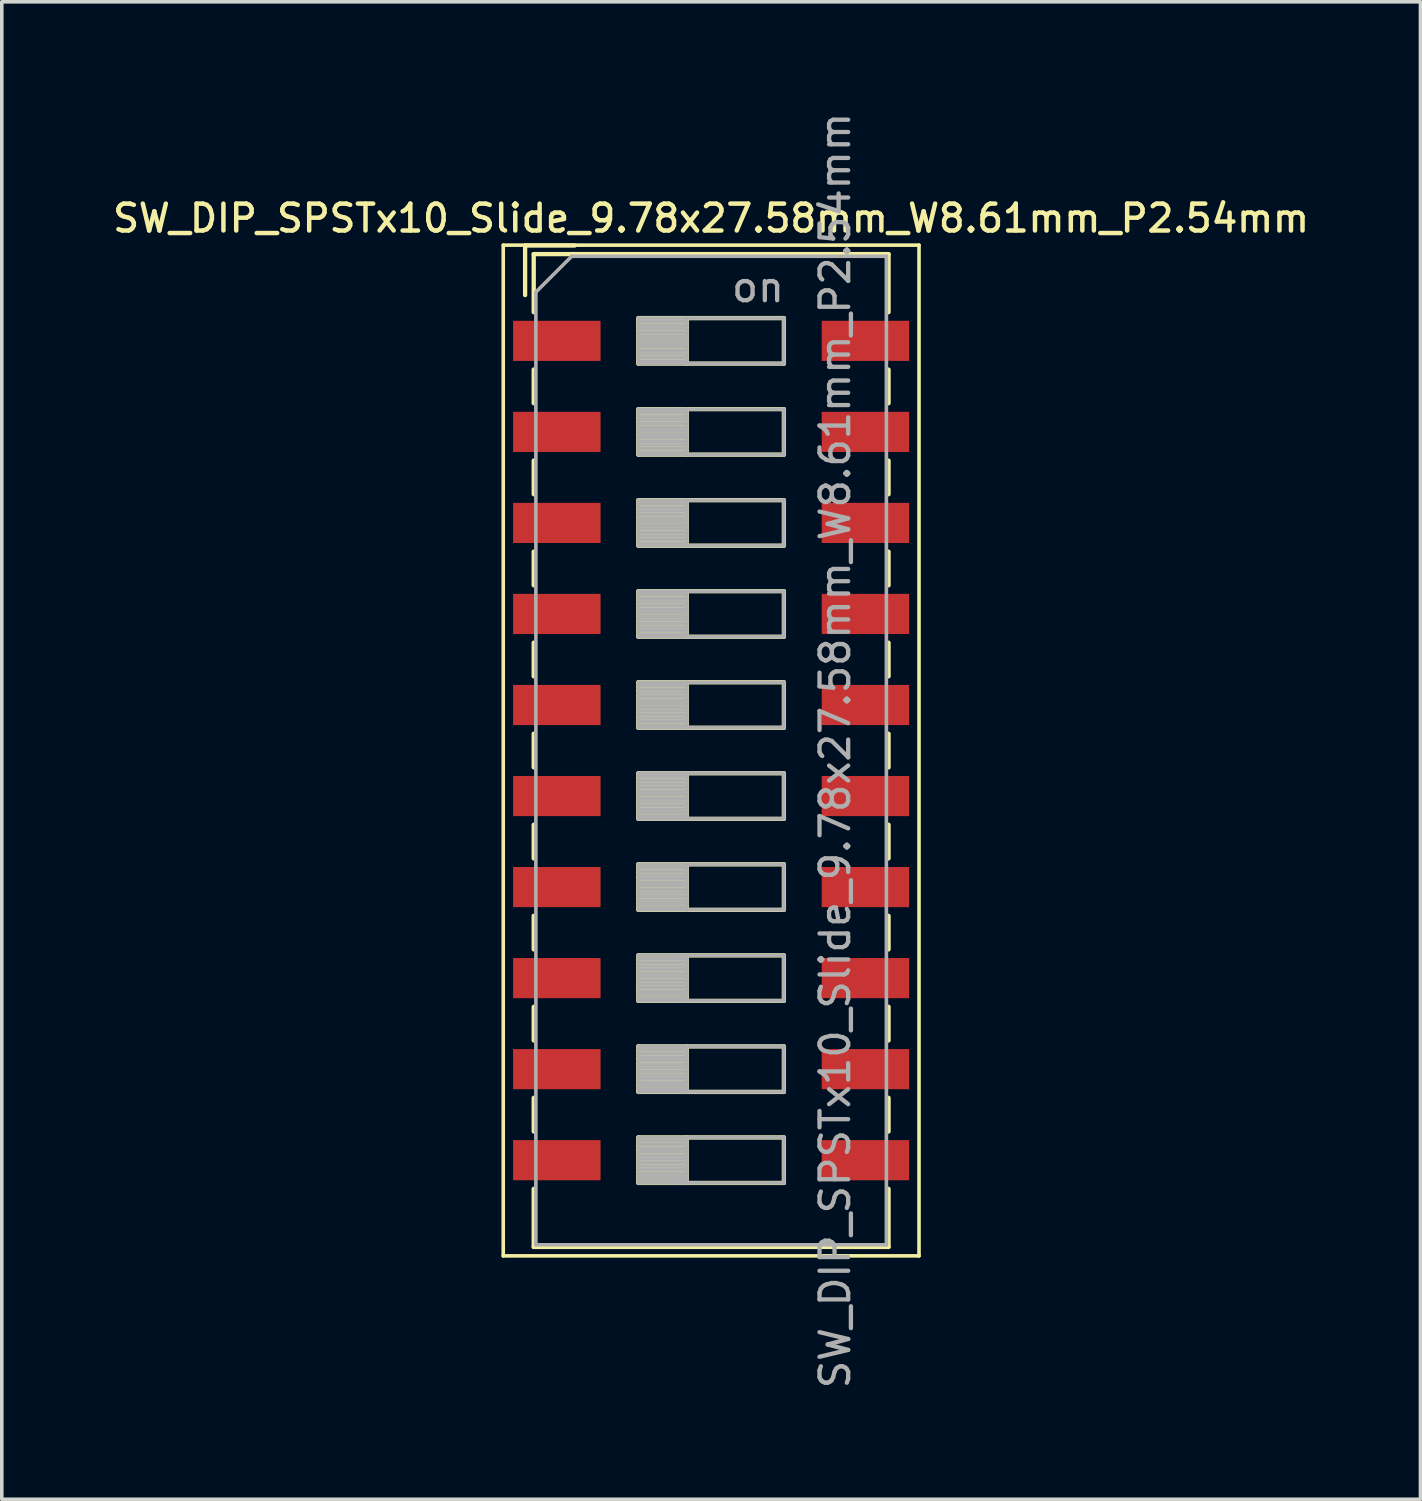
<source format=kicad_pcb>
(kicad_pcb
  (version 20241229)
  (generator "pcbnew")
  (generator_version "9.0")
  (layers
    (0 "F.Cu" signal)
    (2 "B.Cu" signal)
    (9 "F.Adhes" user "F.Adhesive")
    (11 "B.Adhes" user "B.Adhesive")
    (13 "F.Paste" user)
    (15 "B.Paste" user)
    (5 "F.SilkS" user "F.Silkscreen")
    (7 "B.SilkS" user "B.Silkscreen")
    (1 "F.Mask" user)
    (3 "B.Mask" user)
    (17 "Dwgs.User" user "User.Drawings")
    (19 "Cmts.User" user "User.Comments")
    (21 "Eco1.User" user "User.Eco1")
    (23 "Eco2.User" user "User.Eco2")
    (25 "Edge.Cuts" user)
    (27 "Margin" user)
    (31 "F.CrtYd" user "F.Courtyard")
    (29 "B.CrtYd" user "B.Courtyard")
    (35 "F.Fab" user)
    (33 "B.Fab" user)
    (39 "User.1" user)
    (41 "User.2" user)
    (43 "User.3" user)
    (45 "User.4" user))
  (footprint "SW_DIP_SPSTx10_Slide_9.78x27.58mm_W8.61mm_P2.54mm"
    (layer "F.Cu")
    (at 16.791 17.89)
    (property "Reference" "SW_DIP_SPSTx10_Slide_9.78x27.58mm_W8.61mm_P2.54mm" (at 0 -14.85 0) (layer "F.SilkS") (effects (font (size 0.75 0.75) (thickness 0.125))))
    (attr smd)
    (fp_line (start -5.8 -14.1) (end -5.8 14.1) (stroke (width 0.1) (type solid)) (layer "F.SilkS"))
    (fp_line (start -5.8 14.1) (end 5.8 14.1) (stroke (width 0.1) (type solid)) (layer "F.SilkS"))
    (fp_line (start -5.19 -14.09) (end -5.19 -12.707) (stroke (width 0.12) (type solid)) (layer "F.SilkS"))
    (fp_line (start -5.19 -14.09) (end -3.806 -14.09) (stroke (width 0.12) (type solid)) (layer "F.SilkS"))
    (fp_line (start -4.95 -13.85) (end -4.95 -12.23) (stroke (width 0.12) (type solid)) (layer "F.SilkS"))
    (fp_line (start -4.95 -13.85) (end 4.95 -13.85) (stroke (width 0.12) (type solid)) (layer "F.SilkS"))
    (fp_line (start -4.95 -10.63) (end -4.95 -9.69) (stroke (width 0.12) (type solid)) (layer "F.SilkS"))
    (fp_line (start -4.95 -8.09) (end -4.95 -7.15) (stroke (width 0.12) (type solid)) (layer "F.SilkS"))
    (fp_line (start -4.95 -5.55) (end -4.95 -4.61) (stroke (width 0.12) (type solid)) (layer "F.SilkS"))
    (fp_line (start -4.95 -3.01) (end -4.95 -2.07) (stroke (width 0.12) (type solid)) (layer "F.SilkS"))
    (fp_line (start -4.95 -0.47) (end -4.95 0.47) (stroke (width 0.12) (type solid)) (layer "F.SilkS"))
    (fp_line (start -4.95 2.07) (end -4.95 3.01) (stroke (width 0.12) (type solid)) (layer "F.SilkS"))
    (fp_line (start -4.95 4.61) (end -4.95 5.55) (stroke (width 0.12) (type solid)) (layer "F.SilkS"))
    (fp_line (start -4.95 7.15) (end -4.95 8.09) (stroke (width 0.12) (type solid)) (layer "F.SilkS"))
    (fp_line (start -4.95 9.69) (end -4.95 10.63) (stroke (width 0.12) (type solid)) (layer "F.SilkS"))
    (fp_line (start -4.95 12.23) (end -4.95 13.85) (stroke (width 0.12) (type solid)) (layer "F.SilkS"))
    (fp_line (start -4.95 13.85) (end 4.95 13.85) (stroke (width 0.12) (type solid)) (layer "F.SilkS"))
    (fp_line (start -2.03 -12.065) (end -2.03 -10.795) (stroke (width 0.12) (type solid)) (layer "F.SilkS"))
    (fp_line (start -2.03 -11.945) (end -0.677 -11.945) (stroke (width 0.12) (type solid)) (layer "F.SilkS"))
    (fp_line (start -2.03 -11.825) (end -0.677 -11.825) (stroke (width 0.12) (type solid)) (layer "F.SilkS"))
    (fp_line (start -2.03 -11.705) (end -0.677 -11.705) (stroke (width 0.12) (type solid)) (layer "F.SilkS"))
    (fp_line (start -2.03 -11.585) (end -0.677 -11.585) (stroke (width 0.12) (type solid)) (layer "F.SilkS"))
    (fp_line (start -2.03 -11.465) (end -0.677 -11.465) (stroke (width 0.12) (type solid)) (layer "F.SilkS"))
    (fp_line (start -2.03 -11.345) (end -0.677 -11.345) (stroke (width 0.12) (type solid)) (layer "F.SilkS"))
    (fp_line (start -2.03 -11.225) (end -0.677 -11.225) (stroke (width 0.12) (type solid)) (layer "F.SilkS"))
    (fp_line (start -2.03 -11.105) (end -0.677 -11.105) (stroke (width 0.12) (type solid)) (layer "F.SilkS"))
    (fp_line (start -2.03 -10.985) (end -0.677 -10.985) (stroke (width 0.12) (type solid)) (layer "F.SilkS"))
    (fp_line (start -2.03 -10.865) (end -0.677 -10.865) (stroke (width 0.12) (type solid)) (layer "F.SilkS"))
    (fp_line (start -2.03 -10.795) (end 2.03 -10.795) (stroke (width 0.12) (type solid)) (layer "F.SilkS"))
    (fp_line (start -2.03 -9.525) (end -2.03 -8.255) (stroke (width 0.12) (type solid)) (layer "F.SilkS"))
    (fp_line (start -2.03 -9.405) (end -0.677 -9.405) (stroke (width 0.12) (type solid)) (layer "F.SilkS"))
    (fp_line (start -2.03 -9.285) (end -0.677 -9.285) (stroke (width 0.12) (type solid)) (layer "F.SilkS"))
    (fp_line (start -2.03 -9.165) (end -0.677 -9.165) (stroke (width 0.12) (type solid)) (layer "F.SilkS"))
    (fp_line (start -2.03 -9.045) (end -0.677 -9.045) (stroke (width 0.12) (type solid)) (layer "F.SilkS"))
    (fp_line (start -2.03 -8.925) (end -0.677 -8.925) (stroke (width 0.12) (type solid)) (layer "F.SilkS"))
    (fp_line (start -2.03 -8.805) (end -0.677 -8.805) (stroke (width 0.12) (type solid)) (layer "F.SilkS"))
    (fp_line (start -2.03 -8.685) (end -0.677 -8.685) (stroke (width 0.12) (type solid)) (layer "F.SilkS"))
    (fp_line (start -2.03 -8.565) (end -0.677 -8.565) (stroke (width 0.12) (type solid)) (layer "F.SilkS"))
    (fp_line (start -2.03 -8.445) (end -0.677 -8.445) (stroke (width 0.12) (type solid)) (layer "F.SilkS"))
    (fp_line (start -2.03 -8.325) (end -0.677 -8.325) (stroke (width 0.12) (type solid)) (layer "F.SilkS"))
    (fp_line (start -2.03 -8.255) (end 2.03 -8.255) (stroke (width 0.12) (type solid)) (layer "F.SilkS"))
    (fp_line (start -2.03 -6.985) (end -2.03 -5.715) (stroke (width 0.12) (type solid)) (layer "F.SilkS"))
    (fp_line (start -2.03 -6.865) (end -0.677 -6.865) (stroke (width 0.12) (type solid)) (layer "F.SilkS"))
    (fp_line (start -2.03 -6.745) (end -0.677 -6.745) (stroke (width 0.12) (type solid)) (layer "F.SilkS"))
    (fp_line (start -2.03 -6.625) (end -0.677 -6.625) (stroke (width 0.12) (type solid)) (layer "F.SilkS"))
    (fp_line (start -2.03 -6.505) (end -0.677 -6.505) (stroke (width 0.12) (type solid)) (layer "F.SilkS"))
    (fp_line (start -2.03 -6.385) (end -0.677 -6.385) (stroke (width 0.12) (type solid)) (layer "F.SilkS"))
    (fp_line (start -2.03 -6.265) (end -0.677 -6.265) (stroke (width 0.12) (type solid)) (layer "F.SilkS"))
    (fp_line (start -2.03 -6.145) (end -0.677 -6.145) (stroke (width 0.12) (type solid)) (layer "F.SilkS"))
    (fp_line (start -2.03 -6.025) (end -0.677 -6.025) (stroke (width 0.12) (type solid)) (layer "F.SilkS"))
    (fp_line (start -2.03 -5.905) (end -0.677 -5.905) (stroke (width 0.12) (type solid)) (layer "F.SilkS"))
    (fp_line (start -2.03 -5.785) (end -0.677 -5.785) (stroke (width 0.12) (type solid)) (layer "F.SilkS"))
    (fp_line (start -2.03 -5.715) (end 2.03 -5.715) (stroke (width 0.12) (type solid)) (layer "F.SilkS"))
    (fp_line (start -2.03 -4.445) (end -2.03 -3.175) (stroke (width 0.12) (type solid)) (layer "F.SilkS"))
    (fp_line (start -2.03 -4.325) (end -0.677 -4.325) (stroke (width 0.12) (type solid)) (layer "F.SilkS"))
    (fp_line (start -2.03 -4.205) (end -0.677 -4.205) (stroke (width 0.12) (type solid)) (layer "F.SilkS"))
    (fp_line (start -2.03 -4.085) (end -0.677 -4.085) (stroke (width 0.12) (type solid)) (layer "F.SilkS"))
    (fp_line (start -2.03 -3.965) (end -0.677 -3.965) (stroke (width 0.12) (type solid)) (layer "F.SilkS"))
    (fp_line (start -2.03 -3.845) (end -0.677 -3.845) (stroke (width 0.12) (type solid)) (layer "F.SilkS"))
    (fp_line (start -2.03 -3.725) (end -0.677 -3.725) (stroke (width 0.12) (type solid)) (layer "F.SilkS"))
    (fp_line (start -2.03 -3.605) (end -0.677 -3.605) (stroke (width 0.12) (type solid)) (layer "F.SilkS"))
    (fp_line (start -2.03 -3.485) (end -0.677 -3.485) (stroke (width 0.12) (type solid)) (layer "F.SilkS"))
    (fp_line (start -2.03 -3.365) (end -0.677 -3.365) (stroke (width 0.12) (type solid)) (layer "F.SilkS"))
    (fp_line (start -2.03 -3.245) (end -0.677 -3.245) (stroke (width 0.12) (type solid)) (layer "F.SilkS"))
    (fp_line (start -2.03 -3.175) (end 2.03 -3.175) (stroke (width 0.12) (type solid)) (layer "F.SilkS"))
    (fp_line (start -2.03 -1.905) (end -2.03 -0.635) (stroke (width 0.12) (type solid)) (layer "F.SilkS"))
    (fp_line (start -2.03 -1.785) (end -0.677 -1.785) (stroke (width 0.12) (type solid)) (layer "F.SilkS"))
    (fp_line (start -2.03 -1.665) (end -0.677 -1.665) (stroke (width 0.12) (type solid)) (layer "F.SilkS"))
    (fp_line (start -2.03 -1.545) (end -0.677 -1.545) (stroke (width 0.12) (type solid)) (layer "F.SilkS"))
    (fp_line (start -2.03 -1.425) (end -0.677 -1.425) (stroke (width 0.12) (type solid)) (layer "F.SilkS"))
    (fp_line (start -2.03 -1.305) (end -0.677 -1.305) (stroke (width 0.12) (type solid)) (layer "F.SilkS"))
    (fp_line (start -2.03 -1.185) (end -0.677 -1.185) (stroke (width 0.12) (type solid)) (layer "F.SilkS"))
    (fp_line (start -2.03 -1.065) (end -0.677 -1.065) (stroke (width 0.12) (type solid)) (layer "F.SilkS"))
    (fp_line (start -2.03 -0.945) (end -0.677 -0.945) (stroke (width 0.12) (type solid)) (layer "F.SilkS"))
    (fp_line (start -2.03 -0.825) (end -0.677 -0.825) (stroke (width 0.12) (type solid)) (layer "F.SilkS"))
    (fp_line (start -2.03 -0.705) (end -0.677 -0.705) (stroke (width 0.12) (type solid)) (layer "F.SilkS"))
    (fp_line (start -2.03 -0.635) (end 2.03 -0.635) (stroke (width 0.12) (type solid)) (layer "F.SilkS"))
    (fp_line (start -2.03 0.635) (end -2.03 1.905) (stroke (width 0.12) (type solid)) (layer "F.SilkS"))
    (fp_line (start -2.03 0.755) (end -0.677 0.755) (stroke (width 0.12) (type solid)) (layer "F.SilkS"))
    (fp_line (start -2.03 0.875) (end -0.677 0.875) (stroke (width 0.12) (type solid)) (layer "F.SilkS"))
    (fp_line (start -2.03 0.995) (end -0.677 0.995) (stroke (width 0.12) (type solid)) (layer "F.SilkS"))
    (fp_line (start -2.03 1.115) (end -0.677 1.115) (stroke (width 0.12) (type solid)) (layer "F.SilkS"))
    (fp_line (start -2.03 1.235) (end -0.677 1.235) (stroke (width 0.12) (type solid)) (layer "F.SilkS"))
    (fp_line (start -2.03 1.355) (end -0.677 1.355) (stroke (width 0.12) (type solid)) (layer "F.SilkS"))
    (fp_line (start -2.03 1.475) (end -0.677 1.475) (stroke (width 0.12) (type solid)) (layer "F.SilkS"))
    (fp_line (start -2.03 1.595) (end -0.677 1.595) (stroke (width 0.12) (type solid)) (layer "F.SilkS"))
    (fp_line (start -2.03 1.715) (end -0.677 1.715) (stroke (width 0.12) (type solid)) (layer "F.SilkS"))
    (fp_line (start -2.03 1.835) (end -0.677 1.835) (stroke (width 0.12) (type solid)) (layer "F.SilkS"))
    (fp_line (start -2.03 1.905) (end 2.03 1.905) (stroke (width 0.12) (type solid)) (layer "F.SilkS"))
    (fp_line (start -2.03 3.175) (end -2.03 4.445) (stroke (width 0.12) (type solid)) (layer "F.SilkS"))
    (fp_line (start -2.03 3.295) (end -0.677 3.295) (stroke (width 0.12) (type solid)) (layer "F.SilkS"))
    (fp_line (start -2.03 3.415) (end -0.677 3.415) (stroke (width 0.12) (type solid)) (layer "F.SilkS"))
    (fp_line (start -2.03 3.535) (end -0.677 3.535) (stroke (width 0.12) (type solid)) (layer "F.SilkS"))
    (fp_line (start -2.03 3.655) (end -0.677 3.655) (stroke (width 0.12) (type solid)) (layer "F.SilkS"))
    (fp_line (start -2.03 3.775) (end -0.677 3.775) (stroke (width 0.12) (type solid)) (layer "F.SilkS"))
    (fp_line (start -2.03 3.895) (end -0.677 3.895) (stroke (width 0.12) (type solid)) (layer "F.SilkS"))
    (fp_line (start -2.03 4.015) (end -0.677 4.015) (stroke (width 0.12) (type solid)) (layer "F.SilkS"))
    (fp_line (start -2.03 4.135) (end -0.677 4.135) (stroke (width 0.12) (type solid)) (layer "F.SilkS"))
    (fp_line (start -2.03 4.255) (end -0.677 4.255) (stroke (width 0.12) (type solid)) (layer "F.SilkS"))
    (fp_line (start -2.03 4.375) (end -0.677 4.375) (stroke (width 0.12) (type solid)) (layer "F.SilkS"))
    (fp_line (start -2.03 4.445) (end 2.03 4.445) (stroke (width 0.12) (type solid)) (layer "F.SilkS"))
    (fp_line (start -2.03 5.715) (end -2.03 6.985) (stroke (width 0.12) (type solid)) (layer "F.SilkS"))
    (fp_line (start -2.03 5.835) (end -0.677 5.835) (stroke (width 0.12) (type solid)) (layer "F.SilkS"))
    (fp_line (start -2.03 5.955) (end -0.677 5.955) (stroke (width 0.12) (type solid)) (layer "F.SilkS"))
    (fp_line (start -2.03 6.075) (end -0.677 6.075) (stroke (width 0.12) (type solid)) (layer "F.SilkS"))
    (fp_line (start -2.03 6.195) (end -0.677 6.195) (stroke (width 0.12) (type solid)) (layer "F.SilkS"))
    (fp_line (start -2.03 6.315) (end -0.677 6.315) (stroke (width 0.12) (type solid)) (layer "F.SilkS"))
    (fp_line (start -2.03 6.435) (end -0.677 6.435) (stroke (width 0.12) (type solid)) (layer "F.SilkS"))
    (fp_line (start -2.03 6.555) (end -0.677 6.555) (stroke (width 0.12) (type solid)) (layer "F.SilkS"))
    (fp_line (start -2.03 6.675) (end -0.677 6.675) (stroke (width 0.12) (type solid)) (layer "F.SilkS"))
    (fp_line (start -2.03 6.795) (end -0.677 6.795) (stroke (width 0.12) (type solid)) (layer "F.SilkS"))
    (fp_line (start -2.03 6.915) (end -0.677 6.915) (stroke (width 0.12) (type solid)) (layer "F.SilkS"))
    (fp_line (start -2.03 6.985) (end 2.03 6.985) (stroke (width 0.12) (type solid)) (layer "F.SilkS"))
    (fp_line (start -2.03 8.255) (end -2.03 9.525) (stroke (width 0.12) (type solid)) (layer "F.SilkS"))
    (fp_line (start -2.03 8.375) (end -0.677 8.375) (stroke (width 0.12) (type solid)) (layer "F.SilkS"))
    (fp_line (start -2.03 8.495) (end -0.677 8.495) (stroke (width 0.12) (type solid)) (layer "F.SilkS"))
    (fp_line (start -2.03 8.615) (end -0.677 8.615) (stroke (width 0.12) (type solid)) (layer "F.SilkS"))
    (fp_line (start -2.03 8.735) (end -0.677 8.735) (stroke (width 0.12) (type solid)) (layer "F.SilkS"))
    (fp_line (start -2.03 8.855) (end -0.677 8.855) (stroke (width 0.12) (type solid)) (layer "F.SilkS"))
    (fp_line (start -2.03 8.975) (end -0.677 8.975) (stroke (width 0.12) (type solid)) (layer "F.SilkS"))
    (fp_line (start -2.03 9.095) (end -0.677 9.095) (stroke (width 0.12) (type solid)) (layer "F.SilkS"))
    (fp_line (start -2.03 9.215) (end -0.677 9.215) (stroke (width 0.12) (type solid)) (layer "F.SilkS"))
    (fp_line (start -2.03 9.335) (end -0.677 9.335) (stroke (width 0.12) (type solid)) (layer "F.SilkS"))
    (fp_line (start -2.03 9.455) (end -0.677 9.455) (stroke (width 0.12) (type solid)) (layer "F.SilkS"))
    (fp_line (start -2.03 9.525) (end 2.03 9.525) (stroke (width 0.12) (type solid)) (layer "F.SilkS"))
    (fp_line (start -2.03 10.795) (end -2.03 12.065) (stroke (width 0.12) (type solid)) (layer "F.SilkS"))
    (fp_line (start -2.03 10.915) (end -0.677 10.915) (stroke (width 0.12) (type solid)) (layer "F.SilkS"))
    (fp_line (start -2.03 11.035) (end -0.677 11.035) (stroke (width 0.12) (type solid)) (layer "F.SilkS"))
    (fp_line (start -2.03 11.155) (end -0.677 11.155) (stroke (width 0.12) (type solid)) (layer "F.SilkS"))
    (fp_line (start -2.03 11.275) (end -0.677 11.275) (stroke (width 0.12) (type solid)) (layer "F.SilkS"))
    (fp_line (start -2.03 11.395) (end -0.677 11.395) (stroke (width 0.12) (type solid)) (layer "F.SilkS"))
    (fp_line (start -2.03 11.515) (end -0.677 11.515) (stroke (width 0.12) (type solid)) (layer "F.SilkS"))
    (fp_line (start -2.03 11.635) (end -0.677 11.635) (stroke (width 0.12) (type solid)) (layer "F.SilkS"))
    (fp_line (start -2.03 11.755) (end -0.677 11.755) (stroke (width 0.12) (type solid)) (layer "F.SilkS"))
    (fp_line (start -2.03 11.875) (end -0.677 11.875) (stroke (width 0.12) (type solid)) (layer "F.SilkS"))
    (fp_line (start -2.03 11.995) (end -0.677 11.995) (stroke (width 0.12) (type solid)) (layer "F.SilkS"))
    (fp_line (start -2.03 12.065) (end 2.03 12.065) (stroke (width 0.12) (type solid)) (layer "F.SilkS"))
    (fp_line (start -0.677 -12.065) (end -0.677 -10.795) (stroke (width 0.12) (type solid)) (layer "F.SilkS"))
    (fp_line (start -0.677 -9.525) (end -0.677 -8.255) (stroke (width 0.12) (type solid)) (layer "F.SilkS"))
    (fp_line (start -0.677 -6.985) (end -0.677 -5.715) (stroke (width 0.12) (type solid)) (layer "F.SilkS"))
    (fp_line (start -0.677 -4.445) (end -0.677 -3.175) (stroke (width 0.12) (type solid)) (layer "F.SilkS"))
    (fp_line (start -0.677 -1.905) (end -0.677 -0.635) (stroke (width 0.12) (type solid)) (layer "F.SilkS"))
    (fp_line (start -0.677 0.635) (end -0.677 1.905) (stroke (width 0.12) (type solid)) (layer "F.SilkS"))
    (fp_line (start -0.677 3.175) (end -0.677 4.445) (stroke (width 0.12) (type solid)) (layer "F.SilkS"))
    (fp_line (start -0.677 5.715) (end -0.677 6.985) (stroke (width 0.12) (type solid)) (layer "F.SilkS"))
    (fp_line (start -0.677 8.255) (end -0.677 9.525) (stroke (width 0.12) (type solid)) (layer "F.SilkS"))
    (fp_line (start -0.677 10.795) (end -0.677 12.065) (stroke (width 0.12) (type solid)) (layer "F.SilkS"))
    (fp_line (start 2.03 -12.065) (end -2.03 -12.065) (stroke (width 0.12) (type solid)) (layer "F.SilkS"))
    (fp_line (start 2.03 -10.795) (end 2.03 -12.065) (stroke (width 0.12) (type solid)) (layer "F.SilkS"))
    (fp_line (start 2.03 -9.525) (end -2.03 -9.525) (stroke (width 0.12) (type solid)) (layer "F.SilkS"))
    (fp_line (start 2.03 -8.255) (end 2.03 -9.525) (stroke (width 0.12) (type solid)) (layer "F.SilkS"))
    (fp_line (start 2.03 -6.985) (end -2.03 -6.985) (stroke (width 0.12) (type solid)) (layer "F.SilkS"))
    (fp_line (start 2.03 -5.715) (end 2.03 -6.985) (stroke (width 0.12) (type solid)) (layer "F.SilkS"))
    (fp_line (start 2.03 -4.445) (end -2.03 -4.445) (stroke (width 0.12) (type solid)) (layer "F.SilkS"))
    (fp_line (start 2.03 -3.175) (end 2.03 -4.445) (stroke (width 0.12) (type solid)) (layer "F.SilkS"))
    (fp_line (start 2.03 -1.905) (end -2.03 -1.905) (stroke (width 0.12) (type solid)) (layer "F.SilkS"))
    (fp_line (start 2.03 -0.635) (end 2.03 -1.905) (stroke (width 0.12) (type solid)) (layer "F.SilkS"))
    (fp_line (start 2.03 0.635) (end -2.03 0.635) (stroke (width 0.12) (type solid)) (layer "F.SilkS"))
    (fp_line (start 2.03 1.905) (end 2.03 0.635) (stroke (width 0.12) (type solid)) (layer "F.SilkS"))
    (fp_line (start 2.03 3.175) (end -2.03 3.175) (stroke (width 0.12) (type solid)) (layer "F.SilkS"))
    (fp_line (start 2.03 4.445) (end 2.03 3.175) (stroke (width 0.12) (type solid)) (layer "F.SilkS"))
    (fp_line (start 2.03 5.715) (end -2.03 5.715) (stroke (width 0.12) (type solid)) (layer "F.SilkS"))
    (fp_line (start 2.03 6.985) (end 2.03 5.715) (stroke (width 0.12) (type solid)) (layer "F.SilkS"))
    (fp_line (start 2.03 8.255) (end -2.03 8.255) (stroke (width 0.12) (type solid)) (layer "F.SilkS"))
    (fp_line (start 2.03 9.525) (end 2.03 8.255) (stroke (width 0.12) (type solid)) (layer "F.SilkS"))
    (fp_line (start 2.03 10.795) (end -2.03 10.795) (stroke (width 0.12) (type solid)) (layer "F.SilkS"))
    (fp_line (start 2.03 12.065) (end 2.03 10.795) (stroke (width 0.12) (type solid)) (layer "F.SilkS"))
    (fp_line (start 4.95 -13.85) (end 4.95 -12.23) (stroke (width 0.12) (type solid)) (layer "F.SilkS"))
    (fp_line (start 4.95 -10.629) (end 4.95 -9.689) (stroke (width 0.12) (type solid)) (layer "F.SilkS"))
    (fp_line (start 4.95 -8.089) (end 4.95 -7.149) (stroke (width 0.12) (type solid)) (layer "F.SilkS"))
    (fp_line (start 4.95 -5.549) (end 4.95 -4.609) (stroke (width 0.12) (type solid)) (layer "F.SilkS"))
    (fp_line (start 4.95 -3.009) (end 4.95 -2.069) (stroke (width 0.12) (type solid)) (layer "F.SilkS"))
    (fp_line (start 4.95 -0.469) (end 4.95 0.471) (stroke (width 0.12) (type solid)) (layer "F.SilkS"))
    (fp_line (start 4.95 2.071) (end 4.95 3.011) (stroke (width 0.12) (type solid)) (layer "F.SilkS"))
    (fp_line (start 4.95 4.611) (end 4.95 5.55) (stroke (width 0.12) (type solid)) (layer "F.SilkS"))
    (fp_line (start 4.95 7.15) (end 4.95 8.09) (stroke (width 0.12) (type solid)) (layer "F.SilkS"))
    (fp_line (start 4.95 9.69) (end 4.95 10.63) (stroke (width 0.12) (type solid)) (layer "F.SilkS"))
    (fp_line (start 4.95 12.23) (end 4.95 13.85) (stroke (width 0.12) (type solid)) (layer "F.SilkS"))
    (fp_line (start 5.8 -14.1) (end -5.8 -14.1) (stroke (width 0.1) (type solid)) (layer "F.SilkS"))
    (fp_line (start 5.8 14.1) (end 5.8 -14.1) (stroke (width 0.1) (type solid)) (layer "F.SilkS"))
    (fp_line (start -4.89 -12.79) (end -3.89 -13.79) (stroke (width 0.1) (type solid)) (layer "F.Fab"))
    (fp_line (start -4.89 13.79) (end -4.89 -12.79) (stroke (width 0.1) (type solid)) (layer "F.Fab"))
    (fp_line (start -3.89 -13.79) (end 4.89 -13.79) (stroke (width 0.1) (type solid)) (layer "F.Fab"))
    (fp_line (start -2.03 -12.065) (end -2.03 -10.795) (stroke (width 0.1) (type solid)) (layer "F.Fab"))
    (fp_line (start -2.03 -11.965) (end -0.677 -11.965) (stroke (width 0.1) (type solid)) (layer "F.Fab"))
    (fp_line (start -2.03 -11.865) (end -0.677 -11.865) (stroke (width 0.1) (type solid)) (layer "F.Fab"))
    (fp_line (start -2.03 -11.765) (end -0.677 -11.765) (stroke (width 0.1) (type solid)) (layer "F.Fab"))
    (fp_line (start -2.03 -11.665) (end -0.677 -11.665) (stroke (width 0.1) (type solid)) (layer "F.Fab"))
    (fp_line (start -2.03 -11.565) (end -0.677 -11.565) (stroke (width 0.1) (type solid)) (layer "F.Fab"))
    (fp_line (start -2.03 -11.465) (end -0.677 -11.465) (stroke (width 0.1) (type solid)) (layer "F.Fab"))
    (fp_line (start -2.03 -11.365) (end -0.677 -11.365) (stroke (width 0.1) (type solid)) (layer "F.Fab"))
    (fp_line (start -2.03 -11.265) (end -0.677 -11.265) (stroke (width 0.1) (type solid)) (layer "F.Fab"))
    (fp_line (start -2.03 -11.165) (end -0.677 -11.165) (stroke (width 0.1) (type solid)) (layer "F.Fab"))
    (fp_line (start -2.03 -11.065) (end -0.677 -11.065) (stroke (width 0.1) (type solid)) (layer "F.Fab"))
    (fp_line (start -2.03 -10.965) (end -0.677 -10.965) (stroke (width 0.1) (type solid)) (layer "F.Fab"))
    (fp_line (start -2.03 -10.865) (end -0.677 -10.865) (stroke (width 0.1) (type solid)) (layer "F.Fab"))
    (fp_line (start -2.03 -10.795) (end 2.03 -10.795) (stroke (width 0.1) (type solid)) (layer "F.Fab"))
    (fp_line (start -2.03 -9.525) (end -2.03 -8.255) (stroke (width 0.1) (type solid)) (layer "F.Fab"))
    (fp_line (start -2.03 -9.425) (end -0.677 -9.425) (stroke (width 0.1) (type solid)) (layer "F.Fab"))
    (fp_line (start -2.03 -9.325) (end -0.677 -9.325) (stroke (width 0.1) (type solid)) (layer "F.Fab"))
    (fp_line (start -2.03 -9.225) (end -0.677 -9.225) (stroke (width 0.1) (type solid)) (layer "F.Fab"))
    (fp_line (start -2.03 -9.125) (end -0.677 -9.125) (stroke (width 0.1) (type solid)) (layer "F.Fab"))
    (fp_line (start -2.03 -9.025) (end -0.677 -9.025) (stroke (width 0.1) (type solid)) (layer "F.Fab"))
    (fp_line (start -2.03 -8.925) (end -0.677 -8.925) (stroke (width 0.1) (type solid)) (layer "F.Fab"))
    (fp_line (start -2.03 -8.825) (end -0.677 -8.825) (stroke (width 0.1) (type solid)) (layer "F.Fab"))
    (fp_line (start -2.03 -8.725) (end -0.677 -8.725) (stroke (width 0.1) (type solid)) (layer "F.Fab"))
    (fp_line (start -2.03 -8.625) (end -0.677 -8.625) (stroke (width 0.1) (type solid)) (layer "F.Fab"))
    (fp_line (start -2.03 -8.525) (end -0.677 -8.525) (stroke (width 0.1) (type solid)) (layer "F.Fab"))
    (fp_line (start -2.03 -8.425) (end -0.677 -8.425) (stroke (width 0.1) (type solid)) (layer "F.Fab"))
    (fp_line (start -2.03 -8.325) (end -0.677 -8.325) (stroke (width 0.1) (type solid)) (layer "F.Fab"))
    (fp_line (start -2.03 -8.255) (end 2.03 -8.255) (stroke (width 0.1) (type solid)) (layer "F.Fab"))
    (fp_line (start -2.03 -6.985) (end -2.03 -5.715) (stroke (width 0.1) (type solid)) (layer "F.Fab"))
    (fp_line (start -2.03 -6.885) (end -0.677 -6.885) (stroke (width 0.1) (type solid)) (layer "F.Fab"))
    (fp_line (start -2.03 -6.785) (end -0.677 -6.785) (stroke (width 0.1) (type solid)) (layer "F.Fab"))
    (fp_line (start -2.03 -6.685) (end -0.677 -6.685) (stroke (width 0.1) (type solid)) (layer "F.Fab"))
    (fp_line (start -2.03 -6.585) (end -0.677 -6.585) (stroke (width 0.1) (type solid)) (layer "F.Fab"))
    (fp_line (start -2.03 -6.485) (end -0.677 -6.485) (stroke (width 0.1) (type solid)) (layer "F.Fab"))
    (fp_line (start -2.03 -6.385) (end -0.677 -6.385) (stroke (width 0.1) (type solid)) (layer "F.Fab"))
    (fp_line (start -2.03 -6.285) (end -0.677 -6.285) (stroke (width 0.1) (type solid)) (layer "F.Fab"))
    (fp_line (start -2.03 -6.185) (end -0.677 -6.185) (stroke (width 0.1) (type solid)) (layer "F.Fab"))
    (fp_line (start -2.03 -6.085) (end -0.677 -6.085) (stroke (width 0.1) (type solid)) (layer "F.Fab"))
    (fp_line (start -2.03 -5.985) (end -0.677 -5.985) (stroke (width 0.1) (type solid)) (layer "F.Fab"))
    (fp_line (start -2.03 -5.885) (end -0.677 -5.885) (stroke (width 0.1) (type solid)) (layer "F.Fab"))
    (fp_line (start -2.03 -5.785) (end -0.677 -5.785) (stroke (width 0.1) (type solid)) (layer "F.Fab"))
    (fp_line (start -2.03 -5.715) (end 2.03 -5.715) (stroke (width 0.1) (type solid)) (layer "F.Fab"))
    (fp_line (start -2.03 -4.445) (end -2.03 -3.175) (stroke (width 0.1) (type solid)) (layer "F.Fab"))
    (fp_line (start -2.03 -4.345) (end -0.677 -4.345) (stroke (width 0.1) (type solid)) (layer "F.Fab"))
    (fp_line (start -2.03 -4.245) (end -0.677 -4.245) (stroke (width 0.1) (type solid)) (layer "F.Fab"))
    (fp_line (start -2.03 -4.145) (end -0.677 -4.145) (stroke (width 0.1) (type solid)) (layer "F.Fab"))
    (fp_line (start -2.03 -4.045) (end -0.677 -4.045) (stroke (width 0.1) (type solid)) (layer "F.Fab"))
    (fp_line (start -2.03 -3.945) (end -0.677 -3.945) (stroke (width 0.1) (type solid)) (layer "F.Fab"))
    (fp_line (start -2.03 -3.845) (end -0.677 -3.845) (stroke (width 0.1) (type solid)) (layer "F.Fab"))
    (fp_line (start -2.03 -3.745) (end -0.677 -3.745) (stroke (width 0.1) (type solid)) (layer "F.Fab"))
    (fp_line (start -2.03 -3.645) (end -0.677 -3.645) (stroke (width 0.1) (type solid)) (layer "F.Fab"))
    (fp_line (start -2.03 -3.545) (end -0.677 -3.545) (stroke (width 0.1) (type solid)) (layer "F.Fab"))
    (fp_line (start -2.03 -3.445) (end -0.677 -3.445) (stroke (width 0.1) (type solid)) (layer "F.Fab"))
    (fp_line (start -2.03 -3.345) (end -0.677 -3.345) (stroke (width 0.1) (type solid)) (layer "F.Fab"))
    (fp_line (start -2.03 -3.245) (end -0.677 -3.245) (stroke (width 0.1) (type solid)) (layer "F.Fab"))
    (fp_line (start -2.03 -3.175) (end 2.03 -3.175) (stroke (width 0.1) (type solid)) (layer "F.Fab"))
    (fp_line (start -2.03 -1.905) (end -2.03 -0.635) (stroke (width 0.1) (type solid)) (layer "F.Fab"))
    (fp_line (start -2.03 -1.805) (end -0.677 -1.805) (stroke (width 0.1) (type solid)) (layer "F.Fab"))
    (fp_line (start -2.03 -1.705) (end -0.677 -1.705) (stroke (width 0.1) (type solid)) (layer "F.Fab"))
    (fp_line (start -2.03 -1.605) (end -0.677 -1.605) (stroke (width 0.1) (type solid)) (layer "F.Fab"))
    (fp_line (start -2.03 -1.505) (end -0.677 -1.505) (stroke (width 0.1) (type solid)) (layer "F.Fab"))
    (fp_line (start -2.03 -1.405) (end -0.677 -1.405) (stroke (width 0.1) (type solid)) (layer "F.Fab"))
    (fp_line (start -2.03 -1.305) (end -0.677 -1.305) (stroke (width 0.1) (type solid)) (layer "F.Fab"))
    (fp_line (start -2.03 -1.205) (end -0.677 -1.205) (stroke (width 0.1) (type solid)) (layer "F.Fab"))
    (fp_line (start -2.03 -1.105) (end -0.677 -1.105) (stroke (width 0.1) (type solid)) (layer "F.Fab"))
    (fp_line (start -2.03 -1.005) (end -0.677 -1.005) (stroke (width 0.1) (type solid)) (layer "F.Fab"))
    (fp_line (start -2.03 -0.905) (end -0.677 -0.905) (stroke (width 0.1) (type solid)) (layer "F.Fab"))
    (fp_line (start -2.03 -0.805) (end -0.677 -0.805) (stroke (width 0.1) (type solid)) (layer "F.Fab"))
    (fp_line (start -2.03 -0.705) (end -0.677 -0.705) (stroke (width 0.1) (type solid)) (layer "F.Fab"))
    (fp_line (start -2.03 -0.635) (end 2.03 -0.635) (stroke (width 0.1) (type solid)) (layer "F.Fab"))
    (fp_line (start -2.03 0.635) (end -2.03 1.905) (stroke (width 0.1) (type solid)) (layer "F.Fab"))
    (fp_line (start -2.03 0.735) (end -0.677 0.735) (stroke (width 0.1) (type solid)) (layer "F.Fab"))
    (fp_line (start -2.03 0.835) (end -0.677 0.835) (stroke (width 0.1) (type solid)) (layer "F.Fab"))
    (fp_line (start -2.03 0.935) (end -0.677 0.935) (stroke (width 0.1) (type solid)) (layer "F.Fab"))
    (fp_line (start -2.03 1.035) (end -0.677 1.035) (stroke (width 0.1) (type solid)) (layer "F.Fab"))
    (fp_line (start -2.03 1.135) (end -0.677 1.135) (stroke (width 0.1) (type solid)) (layer "F.Fab"))
    (fp_line (start -2.03 1.235) (end -0.677 1.235) (stroke (width 0.1) (type solid)) (layer "F.Fab"))
    (fp_line (start -2.03 1.335) (end -0.677 1.335) (stroke (width 0.1) (type solid)) (layer "F.Fab"))
    (fp_line (start -2.03 1.435) (end -0.677 1.435) (stroke (width 0.1) (type solid)) (layer "F.Fab"))
    (fp_line (start -2.03 1.535) (end -0.677 1.535) (stroke (width 0.1) (type solid)) (layer "F.Fab"))
    (fp_line (start -2.03 1.635) (end -0.677 1.635) (stroke (width 0.1) (type solid)) (layer "F.Fab"))
    (fp_line (start -2.03 1.735) (end -0.677 1.735) (stroke (width 0.1) (type solid)) (layer "F.Fab"))
    (fp_line (start -2.03 1.835) (end -0.677 1.835) (stroke (width 0.1) (type solid)) (layer "F.Fab"))
    (fp_line (start -2.03 1.905) (end 2.03 1.905) (stroke (width 0.1) (type solid)) (layer "F.Fab"))
    (fp_line (start -2.03 3.175) (end -2.03 4.445) (stroke (width 0.1) (type solid)) (layer "F.Fab"))
    (fp_line (start -2.03 3.275) (end -0.677 3.275) (stroke (width 0.1) (type solid)) (layer "F.Fab"))
    (fp_line (start -2.03 3.375) (end -0.677 3.375) (stroke (width 0.1) (type solid)) (layer "F.Fab"))
    (fp_line (start -2.03 3.475) (end -0.677 3.475) (stroke (width 0.1) (type solid)) (layer "F.Fab"))
    (fp_line (start -2.03 3.575) (end -0.677 3.575) (stroke (width 0.1) (type solid)) (layer "F.Fab"))
    (fp_line (start -2.03 3.675) (end -0.677 3.675) (stroke (width 0.1) (type solid)) (layer "F.Fab"))
    (fp_line (start -2.03 3.775) (end -0.677 3.775) (stroke (width 0.1) (type solid)) (layer "F.Fab"))
    (fp_line (start -2.03 3.875) (end -0.677 3.875) (stroke (width 0.1) (type solid)) (layer "F.Fab"))
    (fp_line (start -2.03 3.975) (end -0.677 3.975) (stroke (width 0.1) (type solid)) (layer "F.Fab"))
    (fp_line (start -2.03 4.075) (end -0.677 4.075) (stroke (width 0.1) (type solid)) (layer "F.Fab"))
    (fp_line (start -2.03 4.175) (end -0.677 4.175) (stroke (width 0.1) (type solid)) (layer "F.Fab"))
    (fp_line (start -2.03 4.275) (end -0.677 4.275) (stroke (width 0.1) (type solid)) (layer "F.Fab"))
    (fp_line (start -2.03 4.375) (end -0.677 4.375) (stroke (width 0.1) (type solid)) (layer "F.Fab"))
    (fp_line (start -2.03 4.445) (end 2.03 4.445) (stroke (width 0.1) (type solid)) (layer "F.Fab"))
    (fp_line (start -2.03 5.715) (end -2.03 6.985) (stroke (width 0.1) (type solid)) (layer "F.Fab"))
    (fp_line (start -2.03 5.815) (end -0.677 5.815) (stroke (width 0.1) (type solid)) (layer "F.Fab"))
    (fp_line (start -2.03 5.915) (end -0.677 5.915) (stroke (width 0.1) (type solid)) (layer "F.Fab"))
    (fp_line (start -2.03 6.015) (end -0.677 6.015) (stroke (width 0.1) (type solid)) (layer "F.Fab"))
    (fp_line (start -2.03 6.115) (end -0.677 6.115) (stroke (width 0.1) (type solid)) (layer "F.Fab"))
    (fp_line (start -2.03 6.215) (end -0.677 6.215) (stroke (width 0.1) (type solid)) (layer "F.Fab"))
    (fp_line (start -2.03 6.315) (end -0.677 6.315) (stroke (width 0.1) (type solid)) (layer "F.Fab"))
    (fp_line (start -2.03 6.415) (end -0.677 6.415) (stroke (width 0.1) (type solid)) (layer "F.Fab"))
    (fp_line (start -2.03 6.515) (end -0.677 6.515) (stroke (width 0.1) (type solid)) (layer "F.Fab"))
    (fp_line (start -2.03 6.615) (end -0.677 6.615) (stroke (width 0.1) (type solid)) (layer "F.Fab"))
    (fp_line (start -2.03 6.715) (end -0.677 6.715) (stroke (width 0.1) (type solid)) (layer "F.Fab"))
    (fp_line (start -2.03 6.815) (end -0.677 6.815) (stroke (width 0.1) (type solid)) (layer "F.Fab"))
    (fp_line (start -2.03 6.915) (end -0.677 6.915) (stroke (width 0.1) (type solid)) (layer "F.Fab"))
    (fp_line (start -2.03 6.985) (end 2.03 6.985) (stroke (width 0.1) (type solid)) (layer "F.Fab"))
    (fp_line (start -2.03 8.255) (end -2.03 9.525) (stroke (width 0.1) (type solid)) (layer "F.Fab"))
    (fp_line (start -2.03 8.355) (end -0.677 8.355) (stroke (width 0.1) (type solid)) (layer "F.Fab"))
    (fp_line (start -2.03 8.455) (end -0.677 8.455) (stroke (width 0.1) (type solid)) (layer "F.Fab"))
    (fp_line (start -2.03 8.555) (end -0.677 8.555) (stroke (width 0.1) (type solid)) (layer "F.Fab"))
    (fp_line (start -2.03 8.655) (end -0.677 8.655) (stroke (width 0.1) (type solid)) (layer "F.Fab"))
    (fp_line (start -2.03 8.755) (end -0.677 8.755) (stroke (width 0.1) (type solid)) (layer "F.Fab"))
    (fp_line (start -2.03 8.855) (end -0.677 8.855) (stroke (width 0.1) (type solid)) (layer "F.Fab"))
    (fp_line (start -2.03 8.955) (end -0.677 8.955) (stroke (width 0.1) (type solid)) (layer "F.Fab"))
    (fp_line (start -2.03 9.055) (end -0.677 9.055) (stroke (width 0.1) (type solid)) (layer "F.Fab"))
    (fp_line (start -2.03 9.155) (end -0.677 9.155) (stroke (width 0.1) (type solid)) (layer "F.Fab"))
    (fp_line (start -2.03 9.255) (end -0.677 9.255) (stroke (width 0.1) (type solid)) (layer "F.Fab"))
    (fp_line (start -2.03 9.355) (end -0.677 9.355) (stroke (width 0.1) (type solid)) (layer "F.Fab"))
    (fp_line (start -2.03 9.455) (end -0.677 9.455) (stroke (width 0.1) (type solid)) (layer "F.Fab"))
    (fp_line (start -2.03 9.525) (end 2.03 9.525) (stroke (width 0.1) (type solid)) (layer "F.Fab"))
    (fp_line (start -2.03 10.795) (end -2.03 12.065) (stroke (width 0.1) (type solid)) (layer "F.Fab"))
    (fp_line (start -2.03 10.895) (end -0.677 10.895) (stroke (width 0.1) (type solid)) (layer "F.Fab"))
    (fp_line (start -2.03 10.995) (end -0.677 10.995) (stroke (width 0.1) (type solid)) (layer "F.Fab"))
    (fp_line (start -2.03 11.095) (end -0.677 11.095) (stroke (width 0.1) (type solid)) (layer "F.Fab"))
    (fp_line (start -2.03 11.195) (end -0.677 11.195) (stroke (width 0.1) (type solid)) (layer "F.Fab"))
    (fp_line (start -2.03 11.295) (end -0.677 11.295) (stroke (width 0.1) (type solid)) (layer "F.Fab"))
    (fp_line (start -2.03 11.395) (end -0.677 11.395) (stroke (width 0.1) (type solid)) (layer "F.Fab"))
    (fp_line (start -2.03 11.495) (end -0.677 11.495) (stroke (width 0.1) (type solid)) (layer "F.Fab"))
    (fp_line (start -2.03 11.595) (end -0.677 11.595) (stroke (width 0.1) (type solid)) (layer "F.Fab"))
    (fp_line (start -2.03 11.695) (end -0.677 11.695) (stroke (width 0.1) (type solid)) (layer "F.Fab"))
    (fp_line (start -2.03 11.795) (end -0.677 11.795) (stroke (width 0.1) (type solid)) (layer "F.Fab"))
    (fp_line (start -2.03 11.895) (end -0.677 11.895) (stroke (width 0.1) (type solid)) (layer "F.Fab"))
    (fp_line (start -2.03 11.995) (end -0.677 11.995) (stroke (width 0.1) (type solid)) (layer "F.Fab"))
    (fp_line (start -2.03 12.065) (end 2.03 12.065) (stroke (width 0.1) (type solid)) (layer "F.Fab"))
    (fp_line (start -0.677 -12.065) (end -0.677 -10.795) (stroke (width 0.1) (type solid)) (layer "F.Fab"))
    (fp_line (start -0.677 -9.525) (end -0.677 -8.255) (stroke (width 0.1) (type solid)) (layer "F.Fab"))
    (fp_line (start -0.677 -6.985) (end -0.677 -5.715) (stroke (width 0.1) (type solid)) (layer "F.Fab"))
    (fp_line (start -0.677 -4.445) (end -0.677 -3.175) (stroke (width 0.1) (type solid)) (layer "F.Fab"))
    (fp_line (start -0.677 -1.905) (end -0.677 -0.635) (stroke (width 0.1) (type solid)) (layer "F.Fab"))
    (fp_line (start -0.677 0.635) (end -0.677 1.905) (stroke (width 0.1) (type solid)) (layer "F.Fab"))
    (fp_line (start -0.677 3.175) (end -0.677 4.445) (stroke (width 0.1) (type solid)) (layer "F.Fab"))
    (fp_line (start -0.677 5.715) (end -0.677 6.985) (stroke (width 0.1) (type solid)) (layer "F.Fab"))
    (fp_line (start -0.677 8.255) (end -0.677 9.525) (stroke (width 0.1) (type solid)) (layer "F.Fab"))
    (fp_line (start -0.677 10.795) (end -0.677 12.065) (stroke (width 0.1) (type solid)) (layer "F.Fab"))
    (fp_line (start 2.03 -12.065) (end -2.03 -12.065) (stroke (width 0.1) (type solid)) (layer "F.Fab"))
    (fp_line (start 2.03 -10.795) (end 2.03 -12.065) (stroke (width 0.1) (type solid)) (layer "F.Fab"))
    (fp_line (start 2.03 -9.525) (end -2.03 -9.525) (stroke (width 0.1) (type solid)) (layer "F.Fab"))
    (fp_line (start 2.03 -8.255) (end 2.03 -9.525) (stroke (width 0.1) (type solid)) (layer "F.Fab"))
    (fp_line (start 2.03 -6.985) (end -2.03 -6.985) (stroke (width 0.1) (type solid)) (layer "F.Fab"))
    (fp_line (start 2.03 -5.715) (end 2.03 -6.985) (stroke (width 0.1) (type solid)) (layer "F.Fab"))
    (fp_line (start 2.03 -4.445) (end -2.03 -4.445) (stroke (width 0.1) (type solid)) (layer "F.Fab"))
    (fp_line (start 2.03 -3.175) (end 2.03 -4.445) (stroke (width 0.1) (type solid)) (layer "F.Fab"))
    (fp_line (start 2.03 -1.905) (end -2.03 -1.905) (stroke (width 0.1) (type solid)) (layer "F.Fab"))
    (fp_line (start 2.03 -0.635) (end 2.03 -1.905) (stroke (width 0.1) (type solid)) (layer "F.Fab"))
    (fp_line (start 2.03 0.635) (end -2.03 0.635) (stroke (width 0.1) (type solid)) (layer "F.Fab"))
    (fp_line (start 2.03 1.905) (end 2.03 0.635) (stroke (width 0.1) (type solid)) (layer "F.Fab"))
    (fp_line (start 2.03 3.175) (end -2.03 3.175) (stroke (width 0.1) (type solid)) (layer "F.Fab"))
    (fp_line (start 2.03 4.445) (end 2.03 3.175) (stroke (width 0.1) (type solid)) (layer "F.Fab"))
    (fp_line (start 2.03 5.715) (end -2.03 5.715) (stroke (width 0.1) (type solid)) (layer "F.Fab"))
    (fp_line (start 2.03 6.985) (end 2.03 5.715) (stroke (width 0.1) (type solid)) (layer "F.Fab"))
    (fp_line (start 2.03 8.255) (end -2.03 8.255) (stroke (width 0.1) (type solid)) (layer "F.Fab"))
    (fp_line (start 2.03 9.525) (end 2.03 8.255) (stroke (width 0.1) (type solid)) (layer "F.Fab"))
    (fp_line (start 2.03 10.795) (end -2.03 10.795) (stroke (width 0.1) (type solid)) (layer "F.Fab"))
    (fp_line (start 2.03 12.065) (end 2.03 10.795) (stroke (width 0.1) (type solid)) (layer "F.Fab"))
    (fp_line (start 4.89 -13.79) (end 4.89 13.79) (stroke (width 0.1) (type solid)) (layer "F.Fab"))
    (fp_line (start 4.89 13.79) (end -4.89 13.79) (stroke (width 0.1) (type solid)) (layer "F.Fab"))
    (fp_text user "on" (at 1.308 -12.928 0) (layer "F.Fab") (effects (font (size 0.8 0.8) (thickness 0.12))))
    (fp_text user "${REFERENCE}" (at 3.46 0 90) (layer "F.Fab") (effects (font (size 0.8 0.8) (thickness 0.12))))
    (pad "1" smd rect (at -4.305 -11.43) (size 2.44 1.12) (layers "F.Cu" "F.Mask" "F.Paste"))
    (pad "2" smd rect (at -4.305 -8.89) (size 2.44 1.12) (layers "F.Cu" "F.Mask" "F.Paste"))
    (pad "3" smd rect (at -4.305 -6.35) (size 2.44 1.12) (layers "F.Cu" "F.Mask" "F.Paste"))
    (pad "4" smd rect (at -4.305 -3.81) (size 2.44 1.12) (layers "F.Cu" "F.Mask" "F.Paste"))
    (pad "5" smd rect (at -4.305 -1.27) (size 2.44 1.12) (layers "F.Cu" "F.Mask" "F.Paste"))
    (pad "6" smd rect (at -4.305 1.27) (size 2.44 1.12) (layers "F.Cu" "F.Mask" "F.Paste"))
    (pad "7" smd rect (at -4.305 3.81) (size 2.44 1.12) (layers "F.Cu" "F.Mask" "F.Paste"))
    (pad "8" smd rect (at -4.305 6.35) (size 2.44 1.12) (layers "F.Cu" "F.Mask" "F.Paste"))
    (pad "9" smd rect (at -4.305 8.89) (size 2.44 1.12) (layers "F.Cu" "F.Mask" "F.Paste"))
    (pad "10" smd rect (at -4.305 11.43) (size 2.44 1.12) (layers "F.Cu" "F.Mask" "F.Paste"))
    (pad "11" smd rect (at 4.305 11.43) (size 2.44 1.12) (layers "F.Cu" "F.Mask" "F.Paste"))
    (pad "12" smd rect (at 4.305 8.89) (size 2.44 1.12) (layers "F.Cu" "F.Mask" "F.Paste"))
    (pad "13" smd rect (at 4.305 6.35) (size 2.44 1.12) (layers "F.Cu" "F.Mask" "F.Paste"))
    (pad "14" smd rect (at 4.305 3.81) (size 2.44 1.12) (layers "F.Cu" "F.Mask" "F.Paste"))
    (pad "15" smd rect (at 4.305 1.27) (size 2.44 1.12) (layers "F.Cu" "F.Mask" "F.Paste"))
    (pad "16" smd rect (at 4.305 -1.27) (size 2.44 1.12) (layers "F.Cu" "F.Mask" "F.Paste"))
    (pad "17" smd rect (at 4.305 -3.81) (size 2.44 1.12) (layers "F.Cu" "F.Mask" "F.Paste"))
    (pad "18" smd rect (at 4.305 -6.35) (size 2.44 1.12) (layers "F.Cu" "F.Mask" "F.Paste"))
    (pad "19" smd rect (at 4.305 -8.89) (size 2.44 1.12) (layers "F.Cu" "F.Mask" "F.Paste"))
    (pad "20" smd rect (at 4.305 -11.43) (size 2.44 1.12) (layers "F.Cu" "F.Mask" "F.Paste")))
  (gr_rect
    (start -3 -3)
    (end 36.582 38.781)
    (stroke (width 0.1) (type default))
    (fill no)
    (layer "Edge.Cuts")))
</source>
